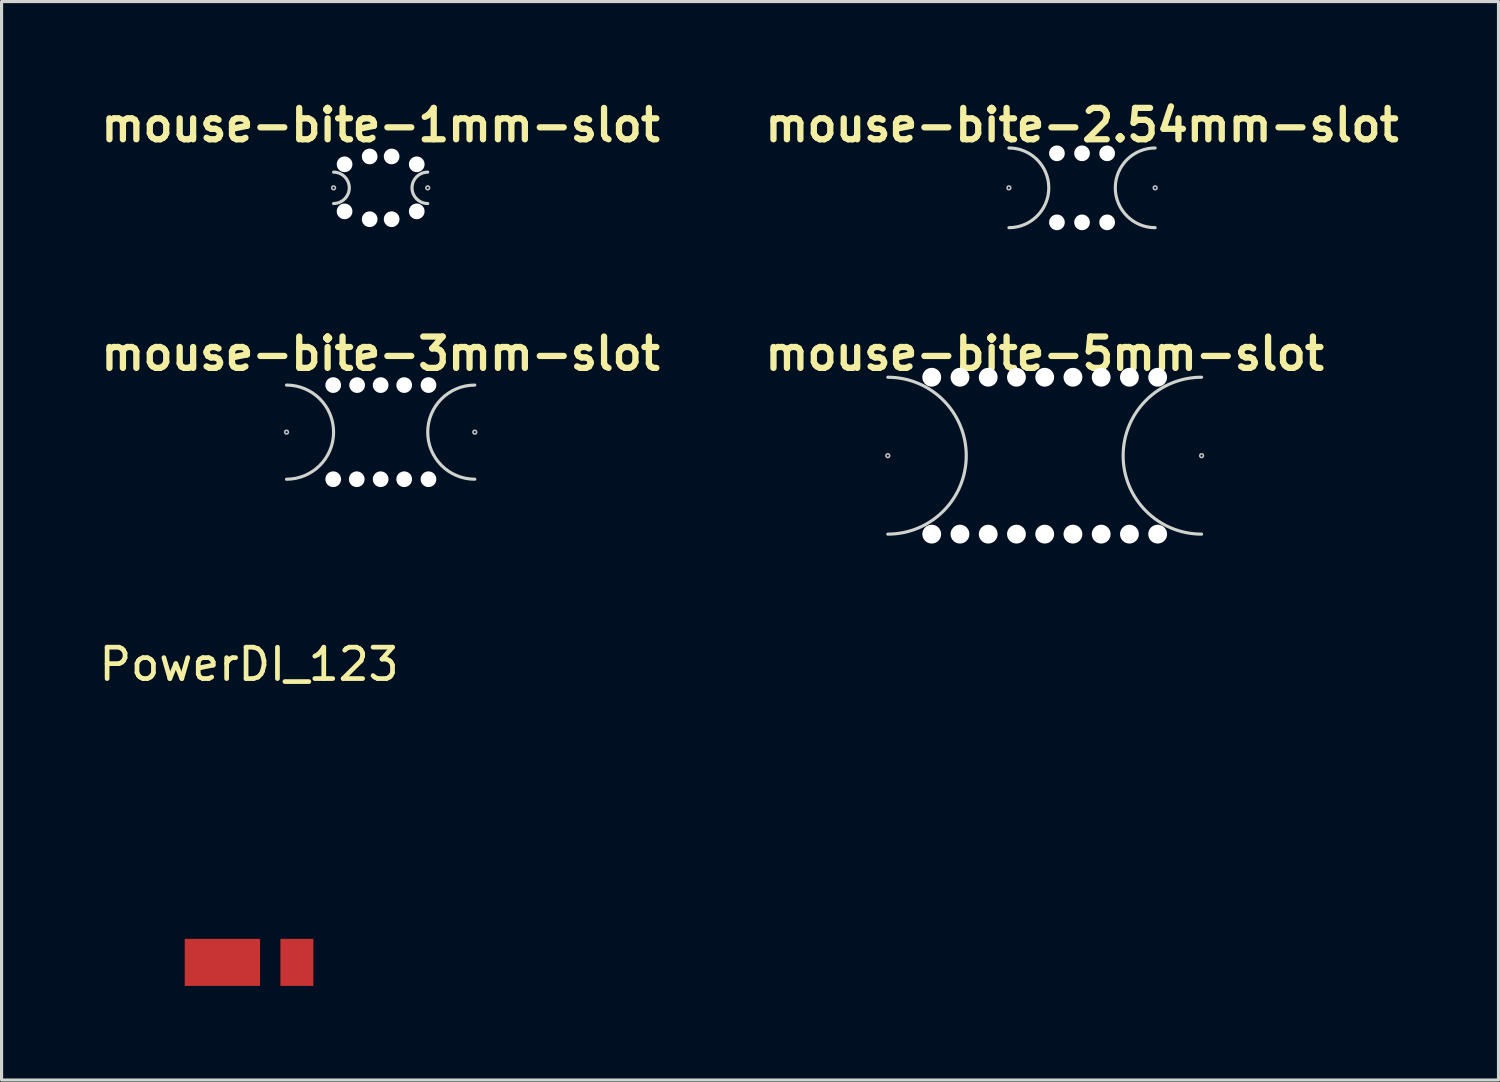
<source format=kicad_pcb>
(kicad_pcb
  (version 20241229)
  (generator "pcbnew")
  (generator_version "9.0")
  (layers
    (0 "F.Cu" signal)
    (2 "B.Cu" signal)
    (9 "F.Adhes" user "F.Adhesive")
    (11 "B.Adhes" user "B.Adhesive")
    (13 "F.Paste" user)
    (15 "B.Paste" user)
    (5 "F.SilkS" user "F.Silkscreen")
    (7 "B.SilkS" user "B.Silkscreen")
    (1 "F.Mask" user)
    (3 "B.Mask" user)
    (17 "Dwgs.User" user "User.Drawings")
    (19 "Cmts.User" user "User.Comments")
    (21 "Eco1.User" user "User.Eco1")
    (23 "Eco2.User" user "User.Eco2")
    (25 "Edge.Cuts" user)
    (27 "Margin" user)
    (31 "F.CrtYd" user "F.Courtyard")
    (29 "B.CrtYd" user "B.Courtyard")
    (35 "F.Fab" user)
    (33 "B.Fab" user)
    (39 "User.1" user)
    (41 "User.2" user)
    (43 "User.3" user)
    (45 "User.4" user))
  (footprint "mouse-bite-2.54mm-slot"
    (layer "F.Cu")
    (at 31.433 2.936)
    (property "Reference" "mouse-bite-2.54mm-slot" (at 0 -2 0) (layer "F.SilkS") (effects (font (size 1 1) (thickness 0.2))))
    (attr through_hole)
    (fp_circle (center -2.33 0) (end -2.27 0) (stroke (width 0.05) (type solid)) (fill no) (layer "Dwgs.User"))
    (fp_circle (center 2.33 0) (end 2.33 -0.06) (stroke (width 0.05) (type solid)) (fill no) (layer "Dwgs.User"))
    (fp_line (start -2.33 0) (end -2.33 0) (stroke (width 2.54) (type solid)) (layer "Eco1.User"))
    (fp_line (start 2.33 0) (end 2.33 0) (stroke (width 2.54) (type solid)) (layer "Eco1.User"))
    (fp_arc (start -2.33 -1.27) (mid -1.06 0) (end -2.33 1.27) (stroke (width 0.1) (type solid)) (layer "Edge.Cuts"))
    (fp_arc (start 2.33 1.27) (mid 1.06 0) (end 2.33 -1.27) (stroke (width 0.1) (type solid)) (layer "Edge.Cuts"))
    (pad "" np_thru_hole circle (at -0.8 -1.1) (size 0.5 0.5) (drill 0.5) (layers "*.Cu" "*.Mask"))
    (pad "" np_thru_hole circle (at -0.8 1.1) (size 0.5 0.5) (drill 0.5) (layers "*.Cu" "*.Mask"))
    (pad "" np_thru_hole circle (at 0 -1.1) (size 0.5 0.5) (drill 0.5) (layers "*.Cu" "*.Mask"))
    (pad "" np_thru_hole circle (at 0 1.1) (size 0.5 0.5) (drill 0.5) (layers "*.Cu" "*.Mask"))
    (pad "" np_thru_hole circle (at 0.8 -1.1) (size 0.5 0.5) (drill 0.5) (layers "*.Cu" "*.Mask"))
    (pad "" np_thru_hole circle (at 0.8 1.1) (size 0.5 0.5) (drill 0.5) (layers "*.Cu" "*.Mask")))
  (footprint "PowerDI_123"
    (layer "F.Cu")
    (at 4.887 27.62)
    (property "Reference" "PowerDI_123" (at 0 -9.5 0) (unlocked yes) (layer "F.SilkS") (effects (font (size 1 1) (thickness 0.15))))
    (attr smd)
    (pad "1" smd rect (at -0.85 0 180) (size 2.4 1.5) (layers "F.Cu" "F.Mask" "F.Paste"))
    (pad "2" smd rect (at 1.525 0 180) (size 1.05 1.5) (layers "F.Cu" "F.Mask" "F.Paste")))
  (footprint "mouse-bite-3mm-slot"
    (layer "F.Cu")
    (at 9.081 10.722)
    (property "Reference" "mouse-bite-3mm-slot" (at 0 -2.5 0) (layer "F.SilkS") (effects (font (size 1 1) (thickness 0.2))))
    (attr through_hole)
    (fp_circle (center -3 0) (end -3 -0.06) (stroke (width 0.05) (type solid)) (fill no) (layer "Dwgs.User"))
    (fp_circle (center 3 0) (end 3.06 0) (stroke (width 0.05) (type solid)) (fill no) (layer "Dwgs.User"))
    (fp_line (start -3 0) (end -3 0) (stroke (width 3) (type solid)) (layer "Eco1.User"))
    (fp_line (start 3 0) (end 3 0) (stroke (width 3) (type solid)) (layer "Eco1.User"))
    (fp_arc (start -3 -1.5) (mid -1.5 0) (end -3 1.5) (stroke (width 0.1) (type solid)) (layer "Edge.Cuts"))
    (fp_arc (start 3 1.5) (mid 1.5 0) (end 3 -1.5) (stroke (width 0.1) (type solid)) (layer "Edge.Cuts"))
    (pad "" np_thru_hole circle (at -1.512 -1.5) (size 0.5 0.5) (drill 0.5) (layers "*.Cu" "*.Mask"))
    (pad "" np_thru_hole circle (at -1.512 1.5) (size 0.5 0.5) (drill 0.5) (layers "*.Cu" "*.Mask"))
    (pad "" np_thru_hole circle (at -0.762 1.5) (size 0.5 0.5) (drill 0.5) (layers "*.Cu" "*.Mask"))
    (pad "" np_thru_hole circle (at -0.75 -1.5) (size 0.5 0.5) (drill 0.5) (layers "*.Cu" "*.Mask"))
    (pad "" np_thru_hole circle (at 0 -1.5) (size 0.5 0.5) (drill 0.5) (layers "*.Cu" "*.Mask"))
    (pad "" np_thru_hole circle (at 0 1.5) (size 0.5 0.5) (drill 0.5) (layers "*.Cu" "*.Mask"))
    (pad "" np_thru_hole circle (at 0.75 -1.5) (size 0.5 0.5) (drill 0.5) (layers "*.Cu" "*.Mask"))
    (pad "" np_thru_hole circle (at 0.75 1.5) (size 0.5 0.5) (drill 0.5) (layers "*.Cu" "*.Mask"))
    (pad "" np_thru_hole circle (at 1.524 -1.5) (size 0.5 0.5) (drill 0.5) (layers "*.Cu" "*.Mask"))
    (pad "" np_thru_hole circle (at 1.524 1.5) (size 0.5 0.5) (drill 0.5) (layers "*.Cu" "*.Mask")))
  (footprint "mouse-bite-5mm-slot"
    (layer "F.Cu")
    (at 30.243 11.472)
    (property "Reference" "mouse-bite-5mm-slot" (at 0 -3.25 0) (layer "F.SilkS") (effects (font (size 1 1) (thickness 0.2))))
    (attr through_hole)
    (fp_circle (center -5 0) (end -4.94 0) (stroke (width 0.05) (type solid)) (fill no) (layer "Dwgs.User"))
    (fp_circle (center 5 0) (end 5.06 0) (stroke (width 0.05) (type solid)) (fill no) (layer "Dwgs.User"))
    (fp_line (start -5 0) (end -5 0) (stroke (width 5) (type solid)) (layer "Eco1.User"))
    (fp_line (start 5 0) (end 5 0) (stroke (width 5) (type solid)) (layer "Eco1.User"))
    (fp_arc (start -5 -2.5) (mid -2.5 0) (end -5 2.5) (stroke (width 0.1) (type solid)) (layer "Edge.Cuts"))
    (fp_arc (start 5 2.5) (mid 2.5 0) (end 5 -2.5) (stroke (width 0.1) (type solid)) (layer "Edge.Cuts"))
    (pad "" np_thru_hole circle (at -3.6 -2.5) (size 0.6 0.6) (drill 0.6) (layers "*.Cu" "*.Mask"))
    (pad "" np_thru_hole circle (at -3.6 2.5) (size 0.6 0.6) (drill 0.6) (layers "*.Cu" "*.Mask"))
    (pad "" np_thru_hole circle (at -2.7 -2.5) (size 0.6 0.6) (drill 0.6) (layers "*.Cu" "*.Mask"))
    (pad "" np_thru_hole circle (at -2.7 2.5) (size 0.6 0.6) (drill 0.6) (layers "*.Cu" "*.Mask"))
    (pad "" np_thru_hole circle (at -1.8 -2.5) (size 0.6 0.6) (drill 0.6) (layers "*.Cu" "*.Mask"))
    (pad "" np_thru_hole circle (at -1.8 2.5) (size 0.6 0.6) (drill 0.6) (layers "*.Cu" "*.Mask"))
    (pad "" np_thru_hole circle (at -0.9 -2.5) (size 0.6 0.6) (drill 0.6) (layers "*.Cu" "*.Mask"))
    (pad "" np_thru_hole circle (at -0.9 2.5) (size 0.6 0.6) (drill 0.6) (layers "*.Cu" "*.Mask"))
    (pad "" np_thru_hole circle (at 0.000222 -2.5) (size 0.6 0.6) (drill 0.6) (layers "*.Cu" "*.Mask"))
    (pad "" np_thru_hole circle (at 0.000222 2.5) (size 0.6 0.6) (drill 0.6) (layers "*.Cu" "*.Mask"))
    (pad "" np_thru_hole circle (at 0.9 -2.5) (size 0.6 0.6) (drill 0.6) (layers "*.Cu" "*.Mask"))
    (pad "" np_thru_hole circle (at 0.9 2.5) (size 0.6 0.6) (drill 0.6) (layers "*.Cu" "*.Mask"))
    (pad "" np_thru_hole circle (at 1.8 -2.5) (size 0.6 0.6) (drill 0.6) (layers "*.Cu" "*.Mask"))
    (pad "" np_thru_hole circle (at 1.8 2.5) (size 0.6 0.6) (drill 0.6) (layers "*.Cu" "*.Mask"))
    (pad "" np_thru_hole circle (at 2.7 -2.5) (size 0.6 0.6) (drill 0.6) (layers "*.Cu" "*.Mask"))
    (pad "" np_thru_hole circle (at 2.7 2.5) (size 0.6 0.6) (drill 0.6) (layers "*.Cu" "*.Mask"))
    (pad "" np_thru_hole circle (at 3.6 -2.5) (size 0.6 0.6) (drill 0.6) (layers "*.Cu" "*.Mask"))
    (pad "" np_thru_hole circle (at 3.6 2.5) (size 0.6 0.6) (drill 0.6) (layers "*.Cu" "*.Mask")))
  (footprint "mouse-bite-1mm-slot"
    (layer "F.Cu")
    (at 9.081 2.936)
    (property "Reference" "mouse-bite-1mm-slot" (at 0 -2 0) (layer "F.SilkS") (effects (font (size 1 1) (thickness 0.2))))
    (attr through_hole)
    (fp_circle (center -1.5 0) (end -1.44 0) (stroke (width 0.05) (type solid)) (fill no) (layer "Dwgs.User"))
    (fp_circle (center 1.5 0) (end 1.56 0) (stroke (width 0.05) (type solid)) (fill no) (layer "Dwgs.User"))
    (fp_line (start -1.5 0) (end -1.5 0) (stroke (width 1) (type solid)) (layer "Eco1.User"))
    (fp_line (start 1.5 0) (end 1.5 0) (stroke (width 1) (type solid)) (layer "Eco1.User"))
    (fp_arc (start -1.5 -0.5) (mid -1 0) (end -1.5 0.5) (stroke (width 0.1) (type solid)) (layer "Edge.Cuts"))
    (fp_arc (start 1.5 0.5) (mid 1 0) (end 1.5 -0.5) (stroke (width 0.1) (type solid)) (layer "Edge.Cuts"))
    (pad "" np_thru_hole circle (at -1.15 -0.75) (size 0.5 0.5) (drill 0.5) (layers "*.Cu" "*.Mask"))
    (pad "" np_thru_hole circle (at -1.15 0.75) (size 0.5 0.5) (drill 0.5) (layers "*.Cu" "*.Mask"))
    (pad "" np_thru_hole circle (at -0.35 -1) (size 0.5 0.5) (drill 0.5) (layers "*.Cu" "*.Mask"))
    (pad "" np_thru_hole circle (at -0.35 1) (size 0.5 0.5) (drill 0.5) (layers "*.Cu" "*.Mask"))
    (pad "" np_thru_hole circle (at 0.35 -1) (size 0.5 0.5) (drill 0.5) (layers "*.Cu" "*.Mask"))
    (pad "" np_thru_hole circle (at 0.35 1) (size 0.5 0.5) (drill 0.5) (layers "*.Cu" "*.Mask"))
    (pad "" np_thru_hole circle (at 1.15 -0.75) (size 0.5 0.5) (drill 0.5) (layers "*.Cu" "*.Mask"))
    (pad "" np_thru_hole circle (at 1.15 0.75) (size 0.5 0.5) (drill 0.5) (layers "*.Cu" "*.Mask")))
  (gr_rect
    (start -3 -3)
    (end 44.705 31.37)
    (stroke (width 0.1) (type default))
    (fill no)
    (layer "Edge.Cuts")))
</source>
